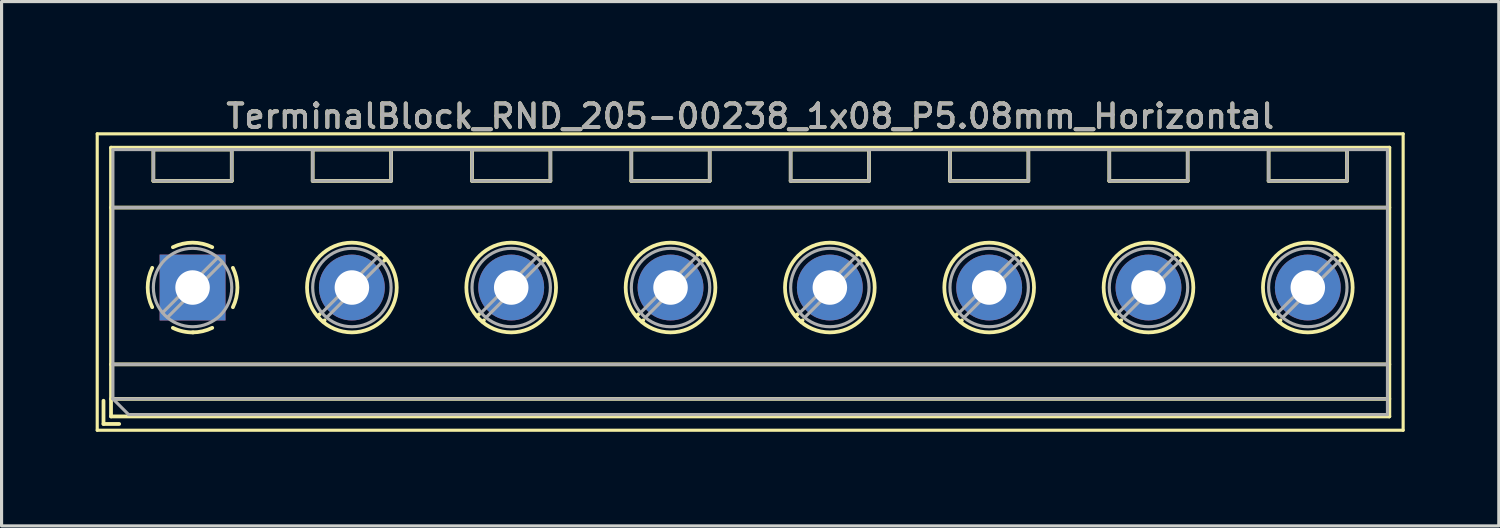
<source format=kicad_pcb>
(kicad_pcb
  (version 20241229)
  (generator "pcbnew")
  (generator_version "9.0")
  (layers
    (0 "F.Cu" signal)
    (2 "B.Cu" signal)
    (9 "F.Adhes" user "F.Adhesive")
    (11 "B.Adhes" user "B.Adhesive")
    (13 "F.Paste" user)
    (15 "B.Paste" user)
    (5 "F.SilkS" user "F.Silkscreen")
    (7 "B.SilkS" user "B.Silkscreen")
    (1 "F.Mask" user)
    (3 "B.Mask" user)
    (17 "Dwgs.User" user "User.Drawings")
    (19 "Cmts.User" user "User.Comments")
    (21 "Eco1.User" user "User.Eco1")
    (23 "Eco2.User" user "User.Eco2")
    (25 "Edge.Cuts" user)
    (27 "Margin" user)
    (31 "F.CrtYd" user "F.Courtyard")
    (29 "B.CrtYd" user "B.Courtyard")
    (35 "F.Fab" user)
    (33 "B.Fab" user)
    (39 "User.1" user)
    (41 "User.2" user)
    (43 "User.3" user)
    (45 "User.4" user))
  (footprint "TerminalBlock_RND_205-00238_1x08_P5.08mm_Horizontal"
    (layer "F.Cu")
    (at 3.09 6.118)
    (property "Reference" "TerminalBlock_RND_205-00238_1x08_P5.08mm_Horizontal" (at 17.78 -5.46 0) (layer "F.SilkS") (effects (font (size 0.75 0.75) (thickness 0.125))))
    (attr through_hole)
    (fp_line (start -3.04 -4.9) (end -3.04 4.55) (stroke (width 0.1) (type solid)) (layer "F.SilkS"))
    (fp_line (start -3.04 4.55) (end 38.6 4.55) (stroke (width 0.1) (type solid)) (layer "F.SilkS"))
    (fp_line (start -2.84 3.61) (end -2.84 4.35) (stroke (width 0.12) (type solid)) (layer "F.SilkS"))
    (fp_line (start -2.84 4.35) (end -2.34 4.35) (stroke (width 0.12) (type solid)) (layer "F.SilkS"))
    (fp_line (start -2.6 -4.46) (end -2.6 4.11) (stroke (width 0.12) (type solid)) (layer "F.SilkS"))
    (fp_line (start -2.6 -4.46) (end 38.16 -4.46) (stroke (width 0.12) (type solid)) (layer "F.SilkS"))
    (fp_line (start -2.6 -2.55) (end 38.16 -2.55) (stroke (width 0.12) (type solid)) (layer "F.SilkS"))
    (fp_line (start -2.6 2.45) (end 38.16 2.45) (stroke (width 0.12) (type solid)) (layer "F.SilkS"))
    (fp_line (start -2.6 3.55) (end 38.16 3.55) (stroke (width 0.12) (type solid)) (layer "F.SilkS"))
    (fp_line (start -2.6 4.11) (end 38.16 4.11) (stroke (width 0.12) (type solid)) (layer "F.SilkS"))
    (fp_line (start -1.25 -4.4) (end -1.25 -3.4) (stroke (width 0.12) (type solid)) (layer "F.SilkS"))
    (fp_line (start -1.25 -4.4) (end 1.25 -4.4) (stroke (width 0.12) (type solid)) (layer "F.SilkS"))
    (fp_line (start -1.25 -3.4) (end 1.25 -3.4) (stroke (width 0.12) (type solid)) (layer "F.SilkS"))
    (fp_line (start 1.25 -4.4) (end 1.25 -3.4) (stroke (width 0.12) (type solid)) (layer "F.SilkS"))
    (fp_line (start 3.83 -4.4) (end 3.83 -3.4) (stroke (width 0.12) (type solid)) (layer "F.SilkS"))
    (fp_line (start 3.83 -4.4) (end 6.33 -4.4) (stroke (width 0.12) (type solid)) (layer "F.SilkS"))
    (fp_line (start 3.83 -3.4) (end 6.33 -3.4) (stroke (width 0.12) (type solid)) (layer "F.SilkS"))
    (fp_line (start 4.056 0.85) (end 3.996 0.91) (stroke (width 0.12) (type solid)) (layer "F.SilkS"))
    (fp_line (start 4.21 1.045) (end 4.17 1.085) (stroke (width 0.12) (type solid)) (layer "F.SilkS"))
    (fp_line (start 5.991 -1.085) (end 5.951 -1.045) (stroke (width 0.12) (type solid)) (layer "F.SilkS"))
    (fp_line (start 6.165 -0.91) (end 6.105 -0.851) (stroke (width 0.12) (type solid)) (layer "F.SilkS"))
    (fp_line (start 6.33 -4.4) (end 6.33 -3.4) (stroke (width 0.12) (type solid)) (layer "F.SilkS"))
    (fp_line (start 8.91 -4.4) (end 8.91 -3.4) (stroke (width 0.12) (type solid)) (layer "F.SilkS"))
    (fp_line (start 8.91 -4.4) (end 11.41 -4.4) (stroke (width 0.12) (type solid)) (layer "F.SilkS"))
    (fp_line (start 8.91 -3.4) (end 11.41 -3.4) (stroke (width 0.12) (type solid)) (layer "F.SilkS"))
    (fp_line (start 9.136 0.85) (end 9.076 0.91) (stroke (width 0.12) (type solid)) (layer "F.SilkS"))
    (fp_line (start 9.29 1.045) (end 9.25 1.085) (stroke (width 0.12) (type solid)) (layer "F.SilkS"))
    (fp_line (start 11.071 -1.085) (end 11.031 -1.045) (stroke (width 0.12) (type solid)) (layer "F.SilkS"))
    (fp_line (start 11.245 -0.91) (end 11.185 -0.851) (stroke (width 0.12) (type solid)) (layer "F.SilkS"))
    (fp_line (start 11.41 -4.4) (end 11.41 -3.4) (stroke (width 0.12) (type solid)) (layer "F.SilkS"))
    (fp_line (start 13.99 -4.4) (end 13.99 -3.4) (stroke (width 0.12) (type solid)) (layer "F.SilkS"))
    (fp_line (start 13.99 -4.4) (end 16.49 -4.4) (stroke (width 0.12) (type solid)) (layer "F.SilkS"))
    (fp_line (start 13.99 -3.4) (end 16.49 -3.4) (stroke (width 0.12) (type solid)) (layer "F.SilkS"))
    (fp_line (start 14.216 0.85) (end 14.156 0.91) (stroke (width 0.12) (type solid)) (layer "F.SilkS"))
    (fp_line (start 14.37 1.045) (end 14.33 1.085) (stroke (width 0.12) (type solid)) (layer "F.SilkS"))
    (fp_line (start 16.151 -1.085) (end 16.111 -1.045) (stroke (width 0.12) (type solid)) (layer "F.SilkS"))
    (fp_line (start 16.325 -0.91) (end 16.265 -0.851) (stroke (width 0.12) (type solid)) (layer "F.SilkS"))
    (fp_line (start 16.49 -4.4) (end 16.49 -3.4) (stroke (width 0.12) (type solid)) (layer "F.SilkS"))
    (fp_line (start 19.07 -4.4) (end 19.07 -3.4) (stroke (width 0.12) (type solid)) (layer "F.SilkS"))
    (fp_line (start 19.07 -4.4) (end 21.57 -4.4) (stroke (width 0.12) (type solid)) (layer "F.SilkS"))
    (fp_line (start 19.07 -3.4) (end 21.57 -3.4) (stroke (width 0.12) (type solid)) (layer "F.SilkS"))
    (fp_line (start 19.296 0.85) (end 19.236 0.91) (stroke (width 0.12) (type solid)) (layer "F.SilkS"))
    (fp_line (start 19.45 1.045) (end 19.41 1.085) (stroke (width 0.12) (type solid)) (layer "F.SilkS"))
    (fp_line (start 21.231 -1.085) (end 21.191 -1.045) (stroke (width 0.12) (type solid)) (layer "F.SilkS"))
    (fp_line (start 21.405 -0.91) (end 21.345 -0.851) (stroke (width 0.12) (type solid)) (layer "F.SilkS"))
    (fp_line (start 21.57 -4.4) (end 21.57 -3.4) (stroke (width 0.12) (type solid)) (layer "F.SilkS"))
    (fp_line (start 24.15 -4.4) (end 24.15 -3.4) (stroke (width 0.12) (type solid)) (layer "F.SilkS"))
    (fp_line (start 24.15 -4.4) (end 26.65 -4.4) (stroke (width 0.12) (type solid)) (layer "F.SilkS"))
    (fp_line (start 24.15 -3.4) (end 26.65 -3.4) (stroke (width 0.12) (type solid)) (layer "F.SilkS"))
    (fp_line (start 24.376 0.85) (end 24.316 0.91) (stroke (width 0.12) (type solid)) (layer "F.SilkS"))
    (fp_line (start 24.53 1.045) (end 24.49 1.085) (stroke (width 0.12) (type solid)) (layer "F.SilkS"))
    (fp_line (start 26.311 -1.085) (end 26.271 -1.045) (stroke (width 0.12) (type solid)) (layer "F.SilkS"))
    (fp_line (start 26.485 -0.91) (end 26.425 -0.851) (stroke (width 0.12) (type solid)) (layer "F.SilkS"))
    (fp_line (start 26.65 -4.4) (end 26.65 -3.4) (stroke (width 0.12) (type solid)) (layer "F.SilkS"))
    (fp_line (start 29.23 -4.4) (end 29.23 -3.4) (stroke (width 0.12) (type solid)) (layer "F.SilkS"))
    (fp_line (start 29.23 -4.4) (end 31.73 -4.4) (stroke (width 0.12) (type solid)) (layer "F.SilkS"))
    (fp_line (start 29.23 -3.4) (end 31.73 -3.4) (stroke (width 0.12) (type solid)) (layer "F.SilkS"))
    (fp_line (start 29.456 0.85) (end 29.396 0.91) (stroke (width 0.12) (type solid)) (layer "F.SilkS"))
    (fp_line (start 29.61 1.045) (end 29.57 1.085) (stroke (width 0.12) (type solid)) (layer "F.SilkS"))
    (fp_line (start 31.391 -1.085) (end 31.351 -1.045) (stroke (width 0.12) (type solid)) (layer "F.SilkS"))
    (fp_line (start 31.565 -0.91) (end 31.505 -0.851) (stroke (width 0.12) (type solid)) (layer "F.SilkS"))
    (fp_line (start 31.73 -4.4) (end 31.73 -3.4) (stroke (width 0.12) (type solid)) (layer "F.SilkS"))
    (fp_line (start 34.31 -4.4) (end 34.31 -3.4) (stroke (width 0.12) (type solid)) (layer "F.SilkS"))
    (fp_line (start 34.31 -4.4) (end 36.81 -4.4) (stroke (width 0.12) (type solid)) (layer "F.SilkS"))
    (fp_line (start 34.31 -3.4) (end 36.81 -3.4) (stroke (width 0.12) (type solid)) (layer "F.SilkS"))
    (fp_line (start 34.536 0.85) (end 34.476 0.91) (stroke (width 0.12) (type solid)) (layer "F.SilkS"))
    (fp_line (start 34.69 1.045) (end 34.65 1.085) (stroke (width 0.12) (type solid)) (layer "F.SilkS"))
    (fp_line (start 36.471 -1.085) (end 36.431 -1.045) (stroke (width 0.12) (type solid)) (layer "F.SilkS"))
    (fp_line (start 36.645 -0.91) (end 36.585 -0.851) (stroke (width 0.12) (type solid)) (layer "F.SilkS"))
    (fp_line (start 36.81 -4.4) (end 36.81 -3.4) (stroke (width 0.12) (type solid)) (layer "F.SilkS"))
    (fp_line (start 38.16 -4.46) (end 38.16 4.11) (stroke (width 0.12) (type solid)) (layer "F.SilkS"))
    (fp_line (start 38.6 -4.9) (end -3.04 -4.9) (stroke (width 0.1) (type solid)) (layer "F.SilkS"))
    (fp_line (start 38.6 4.55) (end 38.6 -4.9) (stroke (width 0.1) (type solid)) (layer "F.SilkS"))
    (fp_arc (start -1.286611 0.626746) (mid -1.431146 -0.000697) (end -1.286 -0.628) (stroke (width 0.12) (type solid)) (layer "F.SilkS"))
    (fp_arc (start -0.627362 -1.285823) (mid -0.000201 -1.430707) (end 0.627 -1.286) (stroke (width 0.12) (type solid)) (layer "F.SilkS"))
    (fp_arc (start 0.02428 1.43094) (mid -0.310437 1.397071) (end -0.628 1.286) (stroke (width 0.12) (type solid)) (layer "F.SilkS"))
    (fp_arc (start 0.626871 1.285275) (mid 0.32168 1.393349) (end 0 1.43) (stroke (width 0.12) (type solid)) (layer "F.SilkS"))
    (fp_arc (start 1.285823 -0.627362) (mid 1.430707 -0.000201) (end 1.286 0.627) (stroke (width 0.12) (type solid)) (layer "F.SilkS"))
    (fp_circle (center 5.08 0) (end 6.51 0) (stroke (width 0.12) (type solid)) (fill no) (layer "F.SilkS"))
    (fp_circle (center 10.16 0) (end 11.59 0) (stroke (width 0.12) (type solid)) (fill no) (layer "F.SilkS"))
    (fp_circle (center 15.24 0) (end 16.67 0) (stroke (width 0.12) (type solid)) (fill no) (layer "F.SilkS"))
    (fp_circle (center 20.32 0) (end 21.75 0) (stroke (width 0.12) (type solid)) (fill no) (layer "F.SilkS"))
    (fp_circle (center 25.4 0) (end 26.83 0) (stroke (width 0.12) (type solid)) (fill no) (layer "F.SilkS"))
    (fp_circle (center 30.48 0) (end 31.91 0) (stroke (width 0.12) (type solid)) (fill no) (layer "F.SilkS"))
    (fp_circle (center 35.56 0) (end 36.99 0) (stroke (width 0.12) (type solid)) (fill no) (layer "F.SilkS"))
    (fp_line (start -2.54 -4.4) (end 38.1 -4.4) (stroke (width 0.1) (type solid)) (layer "F.Fab"))
    (fp_line (start -2.54 -2.55) (end 38.1 -2.55) (stroke (width 0.1) (type solid)) (layer "F.Fab"))
    (fp_line (start -2.54 2.45) (end 38.1 2.45) (stroke (width 0.1) (type solid)) (layer "F.Fab"))
    (fp_line (start -2.54 3.55) (end -2.54 -4.4) (stroke (width 0.1) (type solid)) (layer "F.Fab"))
    (fp_line (start -2.54 3.55) (end 38.1 3.55) (stroke (width 0.1) (type solid)) (layer "F.Fab"))
    (fp_line (start -2.04 4.05) (end -2.54 3.55) (stroke (width 0.1) (type solid)) (layer "F.Fab"))
    (fp_line (start -1.25 -4.4) (end -1.25 -3.4) (stroke (width 0.1) (type solid)) (layer "F.Fab"))
    (fp_line (start -1.25 -3.4) (end 1.25 -3.4) (stroke (width 0.1) (type solid)) (layer "F.Fab"))
    (fp_line (start 0.796 -0.948) (end -0.949 0.796) (stroke (width 0.1) (type solid)) (layer "F.Fab"))
    (fp_line (start 0.949 -0.796) (end -0.796 0.948) (stroke (width 0.1) (type solid)) (layer "F.Fab"))
    (fp_line (start 1.25 -4.4) (end -1.25 -4.4) (stroke (width 0.1) (type solid)) (layer "F.Fab"))
    (fp_line (start 1.25 -3.4) (end 1.25 -4.4) (stroke (width 0.1) (type solid)) (layer "F.Fab"))
    (fp_line (start 3.83 -4.4) (end 3.83 -3.4) (stroke (width 0.1) (type solid)) (layer "F.Fab"))
    (fp_line (start 3.83 -3.4) (end 6.33 -3.4) (stroke (width 0.1) (type solid)) (layer "F.Fab"))
    (fp_line (start 5.876 -0.948) (end 4.132 0.796) (stroke (width 0.1) (type solid)) (layer "F.Fab"))
    (fp_line (start 6.029 -0.796) (end 4.285 0.948) (stroke (width 0.1) (type solid)) (layer "F.Fab"))
    (fp_line (start 6.33 -4.4) (end 3.83 -4.4) (stroke (width 0.1) (type solid)) (layer "F.Fab"))
    (fp_line (start 6.33 -3.4) (end 6.33 -4.4) (stroke (width 0.1) (type solid)) (layer "F.Fab"))
    (fp_line (start 8.91 -4.4) (end 8.91 -3.4) (stroke (width 0.1) (type solid)) (layer "F.Fab"))
    (fp_line (start 8.91 -3.4) (end 11.41 -3.4) (stroke (width 0.1) (type solid)) (layer "F.Fab"))
    (fp_line (start 10.956 -0.948) (end 9.212 0.796) (stroke (width 0.1) (type solid)) (layer "F.Fab"))
    (fp_line (start 11.109 -0.796) (end 9.365 0.948) (stroke (width 0.1) (type solid)) (layer "F.Fab"))
    (fp_line (start 11.41 -4.4) (end 8.91 -4.4) (stroke (width 0.1) (type solid)) (layer "F.Fab"))
    (fp_line (start 11.41 -3.4) (end 11.41 -4.4) (stroke (width 0.1) (type solid)) (layer "F.Fab"))
    (fp_line (start 13.99 -4.4) (end 13.99 -3.4) (stroke (width 0.1) (type solid)) (layer "F.Fab"))
    (fp_line (start 13.99 -3.4) (end 16.49 -3.4) (stroke (width 0.1) (type solid)) (layer "F.Fab"))
    (fp_line (start 16.036 -0.948) (end 14.292 0.796) (stroke (width 0.1) (type solid)) (layer "F.Fab"))
    (fp_line (start 16.189 -0.796) (end 14.445 0.948) (stroke (width 0.1) (type solid)) (layer "F.Fab"))
    (fp_line (start 16.49 -4.4) (end 13.99 -4.4) (stroke (width 0.1) (type solid)) (layer "F.Fab"))
    (fp_line (start 16.49 -3.4) (end 16.49 -4.4) (stroke (width 0.1) (type solid)) (layer "F.Fab"))
    (fp_line (start 19.07 -4.4) (end 19.07 -3.4) (stroke (width 0.1) (type solid)) (layer "F.Fab"))
    (fp_line (start 19.07 -3.4) (end 21.57 -3.4) (stroke (width 0.1) (type solid)) (layer "F.Fab"))
    (fp_line (start 21.116 -0.948) (end 19.372 0.796) (stroke (width 0.1) (type solid)) (layer "F.Fab"))
    (fp_line (start 21.269 -0.796) (end 19.525 0.948) (stroke (width 0.1) (type solid)) (layer "F.Fab"))
    (fp_line (start 21.57 -4.4) (end 19.07 -4.4) (stroke (width 0.1) (type solid)) (layer "F.Fab"))
    (fp_line (start 21.57 -3.4) (end 21.57 -4.4) (stroke (width 0.1) (type solid)) (layer "F.Fab"))
    (fp_line (start 24.15 -4.4) (end 24.15 -3.4) (stroke (width 0.1) (type solid)) (layer "F.Fab"))
    (fp_line (start 24.15 -3.4) (end 26.65 -3.4) (stroke (width 0.1) (type solid)) (layer "F.Fab"))
    (fp_line (start 26.196 -0.948) (end 24.452 0.796) (stroke (width 0.1) (type solid)) (layer "F.Fab"))
    (fp_line (start 26.349 -0.796) (end 24.605 0.948) (stroke (width 0.1) (type solid)) (layer "F.Fab"))
    (fp_line (start 26.65 -4.4) (end 24.15 -4.4) (stroke (width 0.1) (type solid)) (layer "F.Fab"))
    (fp_line (start 26.65 -3.4) (end 26.65 -4.4) (stroke (width 0.1) (type solid)) (layer "F.Fab"))
    (fp_line (start 29.23 -4.4) (end 29.23 -3.4) (stroke (width 0.1) (type solid)) (layer "F.Fab"))
    (fp_line (start 29.23 -3.4) (end 31.73 -3.4) (stroke (width 0.1) (type solid)) (layer "F.Fab"))
    (fp_line (start 31.276 -0.948) (end 29.532 0.796) (stroke (width 0.1) (type solid)) (layer "F.Fab"))
    (fp_line (start 31.429 -0.796) (end 29.685 0.948) (stroke (width 0.1) (type solid)) (layer "F.Fab"))
    (fp_line (start 31.73 -4.4) (end 29.23 -4.4) (stroke (width 0.1) (type solid)) (layer "F.Fab"))
    (fp_line (start 31.73 -3.4) (end 31.73 -4.4) (stroke (width 0.1) (type solid)) (layer "F.Fab"))
    (fp_line (start 34.31 -4.4) (end 34.31 -3.4) (stroke (width 0.1) (type solid)) (layer "F.Fab"))
    (fp_line (start 34.31 -3.4) (end 36.81 -3.4) (stroke (width 0.1) (type solid)) (layer "F.Fab"))
    (fp_line (start 36.356 -0.948) (end 34.612 0.796) (stroke (width 0.1) (type solid)) (layer "F.Fab"))
    (fp_line (start 36.509 -0.796) (end 34.765 0.948) (stroke (width 0.1) (type solid)) (layer "F.Fab"))
    (fp_line (start 36.81 -4.4) (end 34.31 -4.4) (stroke (width 0.1) (type solid)) (layer "F.Fab"))
    (fp_line (start 36.81 -3.4) (end 36.81 -4.4) (stroke (width 0.1) (type solid)) (layer "F.Fab"))
    (fp_line (start 38.1 -4.4) (end 38.1 4.05) (stroke (width 0.1) (type solid)) (layer "F.Fab"))
    (fp_line (start 38.1 4.05) (end -2.04 4.05) (stroke (width 0.1) (type solid)) (layer "F.Fab"))
    (fp_circle (center 0 0) (end 1.25 0) (stroke (width 0.1) (type solid)) (fill no) (layer "F.Fab"))
    (fp_circle (center 5.08 0) (end 6.33 0) (stroke (width 0.1) (type solid)) (fill no) (layer "F.Fab"))
    (fp_circle (center 10.16 0) (end 11.41 0) (stroke (width 0.1) (type solid)) (fill no) (layer "F.Fab"))
    (fp_circle (center 15.24 0) (end 16.49 0) (stroke (width 0.1) (type solid)) (fill no) (layer "F.Fab"))
    (fp_circle (center 20.32 0) (end 21.57 0) (stroke (width 0.1) (type solid)) (fill no) (layer "F.Fab"))
    (fp_circle (center 25.4 0) (end 26.65 0) (stroke (width 0.1) (type solid)) (fill no) (layer "F.Fab"))
    (fp_circle (center 30.48 0) (end 31.73 0) (stroke (width 0.1) (type solid)) (fill no) (layer "F.Fab"))
    (fp_circle (center 35.56 0) (end 36.81 0) (stroke (width 0.1) (type solid)) (fill no) (layer "F.Fab"))
    (fp_text user "${REFERENCE}" (at 17.78 -5.46 0) (layer "F.Fab") (effects (font (size 0.75 0.75) (thickness 0.125))))
    (pad "1" thru_hole rect (at 0 0) (size 2.1 2.1) (drill 1.1) (layers "*.Cu" "*.Mask"))
    (pad "2" thru_hole circle (at 5.08 0) (size 2.1 2.1) (drill 1.1) (layers "*.Cu" "*.Mask"))
    (pad "3" thru_hole circle (at 10.16 0) (size 2.1 2.1) (drill 1.1) (layers "*.Cu" "*.Mask"))
    (pad "4" thru_hole circle (at 15.24 0) (size 2.1 2.1) (drill 1.1) (layers "*.Cu" "*.Mask"))
    (pad "5" thru_hole circle (at 20.32 0) (size 2.1 2.1) (drill 1.1) (layers "*.Cu" "*.Mask"))
    (pad "6" thru_hole circle (at 25.4 0) (size 2.1 2.1) (drill 1.1) (layers "*.Cu" "*.Mask"))
    (pad "7" thru_hole circle (at 30.48 0) (size 2.1 2.1) (drill 1.1) (layers "*.Cu" "*.Mask"))
    (pad "8" thru_hole circle (at 35.56 0) (size 2.1 2.1) (drill 1.1) (layers "*.Cu" "*.Mask")))
  (gr_rect
    (start -3 -3)
    (end 44.74 13.718)
    (stroke (width 0.1) (type default))
    (fill no)
    (layer "Edge.Cuts")))
</source>
